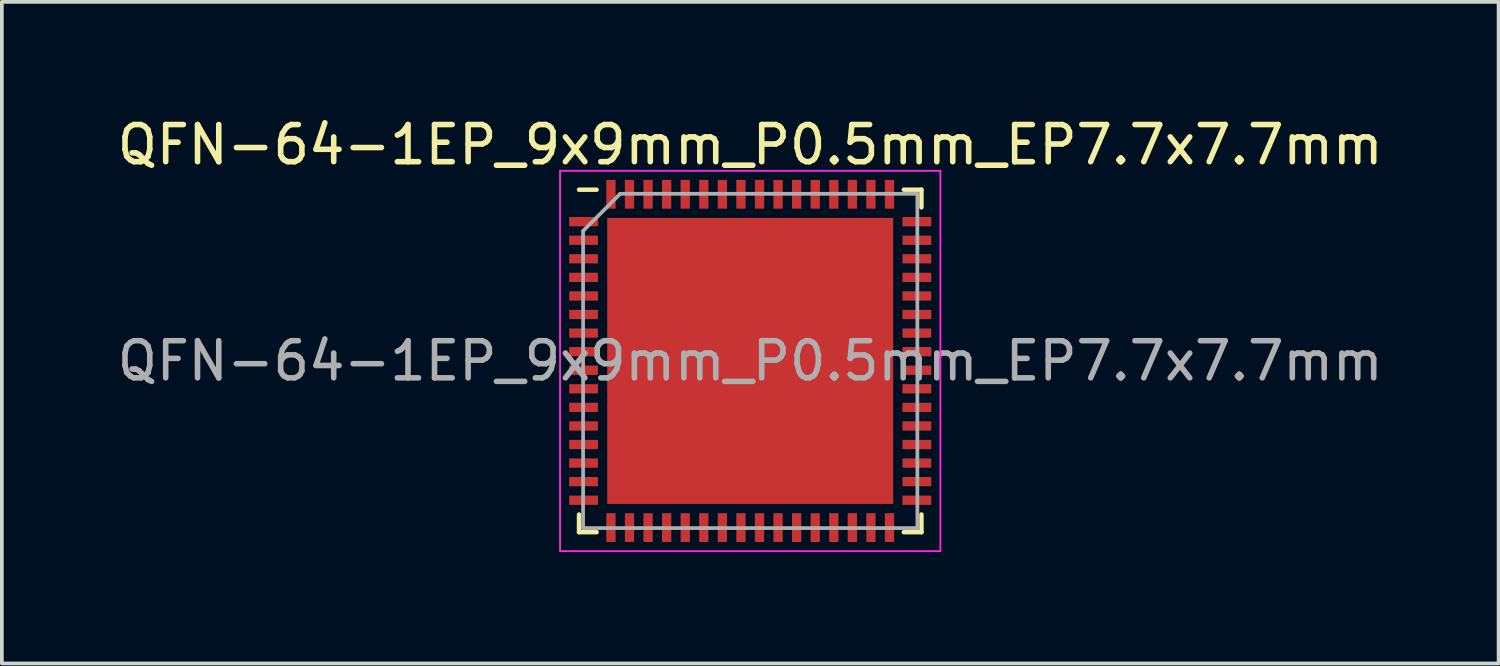
<source format=kicad_pcb>
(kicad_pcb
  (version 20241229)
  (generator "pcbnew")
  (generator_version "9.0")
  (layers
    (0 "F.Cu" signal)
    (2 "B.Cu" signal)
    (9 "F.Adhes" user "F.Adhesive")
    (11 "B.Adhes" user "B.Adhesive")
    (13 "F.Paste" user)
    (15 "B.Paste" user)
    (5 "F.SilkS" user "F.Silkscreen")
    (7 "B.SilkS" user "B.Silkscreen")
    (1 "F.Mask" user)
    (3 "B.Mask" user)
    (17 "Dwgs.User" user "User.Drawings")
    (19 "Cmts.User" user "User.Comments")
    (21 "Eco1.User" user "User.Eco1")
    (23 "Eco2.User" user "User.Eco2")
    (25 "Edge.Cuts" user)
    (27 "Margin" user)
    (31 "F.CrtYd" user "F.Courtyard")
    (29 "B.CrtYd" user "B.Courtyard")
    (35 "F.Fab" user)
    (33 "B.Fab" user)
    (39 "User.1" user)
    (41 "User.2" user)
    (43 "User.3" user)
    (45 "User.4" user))
  (footprint "QFN-64-1EP_9x9mm_P0.5mm_EP7.7x7.7mm"
    (layer "F.Cu")
    (at 17.149 6.668)
    (property "Reference" "QFN-64-1EP_9x9mm_P0.5mm_EP7.7x7.7mm" (at 0 -5.82 0) (layer "F.SilkS") (effects (font (size 1 1) (thickness 0.15))))
    (attr smd)
    (fp_line (start -4.61 4.61) (end -4.61 4.135) (stroke (width 0.12) (type solid)) (layer "F.SilkS"))
    (fp_line (start -4.135 -4.61) (end -4.61 -4.61) (stroke (width 0.12) (type solid)) (layer "F.SilkS"))
    (fp_line (start -4.135 4.61) (end -4.61 4.61) (stroke (width 0.12) (type solid)) (layer "F.SilkS"))
    (fp_line (start 4.135 -4.61) (end 4.61 -4.61) (stroke (width 0.12) (type solid)) (layer "F.SilkS"))
    (fp_line (start 4.135 4.61) (end 4.61 4.61) (stroke (width 0.12) (type solid)) (layer "F.SilkS"))
    (fp_line (start 4.61 -4.61) (end 4.61 -4.135) (stroke (width 0.12) (type solid)) (layer "F.SilkS"))
    (fp_line (start 4.61 4.61) (end 4.61 4.135) (stroke (width 0.12) (type solid)) (layer "F.SilkS"))
    (fp_line (start -5.12 -5.12) (end -5.12 5.12) (stroke (width 0.05) (type solid)) (layer "F.CrtYd"))
    (fp_line (start -5.12 5.12) (end 5.12 5.12) (stroke (width 0.05) (type solid)) (layer "F.CrtYd"))
    (fp_line (start 5.12 -5.12) (end -5.12 -5.12) (stroke (width 0.05) (type solid)) (layer "F.CrtYd"))
    (fp_line (start 5.12 5.12) (end 5.12 -5.12) (stroke (width 0.05) (type solid)) (layer "F.CrtYd"))
    (fp_line (start -4.5 -3.5) (end -3.5 -4.5) (stroke (width 0.1) (type solid)) (layer "F.Fab"))
    (fp_line (start -4.5 4.5) (end -4.5 -3.5) (stroke (width 0.1) (type solid)) (layer "F.Fab"))
    (fp_line (start -3.5 -4.5) (end 4.5 -4.5) (stroke (width 0.1) (type solid)) (layer "F.Fab"))
    (fp_line (start 4.5 -4.5) (end 4.5 4.5) (stroke (width 0.1) (type solid)) (layer "F.Fab"))
    (fp_line (start 4.5 4.5) (end -4.5 4.5) (stroke (width 0.1) (type solid)) (layer "F.Fab"))
    (fp_text user "${REFERENCE}" (at 0 0 0) (layer "F.Fab") (effects (font (size 1 1) (thickness 0.15))))
    (pad "" smd rect (at -3.125 -3.125) (size 1.03 1.03) (layers "F.Paste"))
    (pad "" smd rect (at -3.125 -1.875) (size 1.03 1.03) (layers "F.Paste"))
    (pad "" smd rect (at -3.125 -0.625) (size 1.03 1.03) (layers "F.Paste"))
    (pad "" smd rect (at -3.125 0.625) (size 1.03 1.03) (layers "F.Paste"))
    (pad "" smd rect (at -3.125 1.875) (size 1.03 1.03) (layers "F.Paste"))
    (pad "" smd rect (at -3.125 3.125) (size 1.03 1.03) (layers "F.Paste"))
    (pad "" smd rect (at -1.875 -3.125) (size 1.03 1.03) (layers "F.Paste"))
    (pad "" smd rect (at -1.875 -1.875) (size 1.03 1.03) (layers "F.Paste"))
    (pad "" smd rect (at -1.875 -0.625) (size 1.03 1.03) (layers "F.Paste"))
    (pad "" smd rect (at -1.875 0.625) (size 1.03 1.03) (layers "F.Paste"))
    (pad "" smd rect (at -1.875 1.875) (size 1.03 1.03) (layers "F.Paste"))
    (pad "" smd rect (at -1.875 3.125) (size 1.03 1.03) (layers "F.Paste"))
    (pad "" smd rect (at -0.625 -3.125) (size 1.03 1.03) (layers "F.Paste"))
    (pad "" smd rect (at -0.625 -1.875) (size 1.03 1.03) (layers "F.Paste"))
    (pad "" smd rect (at -0.625 -0.625) (size 1.03 1.03) (layers "F.Paste"))
    (pad "" smd rect (at -0.625 0.625) (size 1.03 1.03) (layers "F.Paste"))
    (pad "" smd rect (at -0.625 1.875) (size 1.03 1.03) (layers "F.Paste"))
    (pad "" smd rect (at -0.625 3.125) (size 1.03 1.03) (layers "F.Paste"))
    (pad "" smd rect (at 0.625 -3.125) (size 1.03 1.03) (layers "F.Paste"))
    (pad "" smd rect (at 0.625 -1.875) (size 1.03 1.03) (layers "F.Paste"))
    (pad "" smd rect (at 0.625 -0.625) (size 1.03 1.03) (layers "F.Paste"))
    (pad "" smd rect (at 0.625 0.625) (size 1.03 1.03) (layers "F.Paste"))
    (pad "" smd rect (at 0.625 1.875) (size 1.03 1.03) (layers "F.Paste"))
    (pad "" smd rect (at 0.625 3.125) (size 1.03 1.03) (layers "F.Paste"))
    (pad "" smd rect (at 1.875 -3.125) (size 1.03 1.03) (layers "F.Paste"))
    (pad "" smd rect (at 1.875 -1.875) (size 1.03 1.03) (layers "F.Paste"))
    (pad "" smd rect (at 1.875 -0.625) (size 1.03 1.03) (layers "F.Paste"))
    (pad "" smd rect (at 1.875 0.625) (size 1.03 1.03) (layers "F.Paste"))
    (pad "" smd rect (at 1.875 1.875) (size 1.03 1.03) (layers "F.Paste"))
    (pad "" smd rect (at 1.875 3.125) (size 1.03 1.03) (layers "F.Paste"))
    (pad "" smd rect (at 3.125 -3.125) (size 1.03 1.03) (layers "F.Paste"))
    (pad "" smd rect (at 3.125 -1.875) (size 1.03 1.03) (layers "F.Paste"))
    (pad "" smd rect (at 3.125 -0.625) (size 1.03 1.03) (layers "F.Paste"))
    (pad "" smd rect (at 3.125 0.625) (size 1.03 1.03) (layers "F.Paste"))
    (pad "" smd rect (at 3.125 1.875) (size 1.03 1.03) (layers "F.Paste"))
    (pad "" smd rect (at 3.125 3.125) (size 1.03 1.03) (layers "F.Paste"))
    (pad "1" smd rect (at -4.487 -3.75) (size 0.775 0.25) (layers "F.Cu" "F.Mask" "F.Paste"))
    (pad "2" smd rect (at -4.487 -3.25) (size 0.775 0.25) (layers "F.Cu" "F.Mask" "F.Paste"))
    (pad "3" smd rect (at -4.487 -2.75) (size 0.775 0.25) (layers "F.Cu" "F.Mask" "F.Paste"))
    (pad "4" smd rect (at -4.487 -2.25) (size 0.775 0.25) (layers "F.Cu" "F.Mask" "F.Paste"))
    (pad "5" smd rect (at -4.487 -1.75) (size 0.775 0.25) (layers "F.Cu" "F.Mask" "F.Paste"))
    (pad "6" smd rect (at -4.487 -1.25) (size 0.775 0.25) (layers "F.Cu" "F.Mask" "F.Paste"))
    (pad "7" smd rect (at -4.487 -0.75) (size 0.775 0.25) (layers "F.Cu" "F.Mask" "F.Paste"))
    (pad "8" smd rect (at -4.487 -0.25) (size 0.775 0.25) (layers "F.Cu" "F.Mask" "F.Paste"))
    (pad "9" smd rect (at -4.487 0.25) (size 0.775 0.25) (layers "F.Cu" "F.Mask" "F.Paste"))
    (pad "10" smd rect (at -4.487 0.75) (size 0.775 0.25) (layers "F.Cu" "F.Mask" "F.Paste"))
    (pad "11" smd rect (at -4.487 1.25) (size 0.775 0.25) (layers "F.Cu" "F.Mask" "F.Paste"))
    (pad "12" smd rect (at -4.487 1.75) (size 0.775 0.25) (layers "F.Cu" "F.Mask" "F.Paste"))
    (pad "13" smd rect (at -4.487 2.25) (size 0.775 0.25) (layers "F.Cu" "F.Mask" "F.Paste"))
    (pad "14" smd rect (at -4.487 2.75) (size 0.775 0.25) (layers "F.Cu" "F.Mask" "F.Paste"))
    (pad "15" smd rect (at -4.487 3.25) (size 0.775 0.25) (layers "F.Cu" "F.Mask" "F.Paste"))
    (pad "16" smd rect (at -4.487 3.75) (size 0.775 0.25) (layers "F.Cu" "F.Mask" "F.Paste"))
    (pad "17" smd rect (at -3.75 4.487) (size 0.25 0.775) (layers "F.Cu" "F.Mask" "F.Paste"))
    (pad "18" smd rect (at -3.25 4.487) (size 0.25 0.775) (layers "F.Cu" "F.Mask" "F.Paste"))
    (pad "19" smd rect (at -2.75 4.487) (size 0.25 0.775) (layers "F.Cu" "F.Mask" "F.Paste"))
    (pad "20" smd rect (at -2.25 4.487) (size 0.25 0.775) (layers "F.Cu" "F.Mask" "F.Paste"))
    (pad "21" smd rect (at -1.75 4.487) (size 0.25 0.775) (layers "F.Cu" "F.Mask" "F.Paste"))
    (pad "22" smd rect (at -1.25 4.487) (size 0.25 0.775) (layers "F.Cu" "F.Mask" "F.Paste"))
    (pad "23" smd rect (at -0.75 4.487) (size 0.25 0.775) (layers "F.Cu" "F.Mask" "F.Paste"))
    (pad "24" smd rect (at -0.25 4.487) (size 0.25 0.775) (layers "F.Cu" "F.Mask" "F.Paste"))
    (pad "25" smd rect (at 0.25 4.487) (size 0.25 0.775) (layers "F.Cu" "F.Mask" "F.Paste"))
    (pad "26" smd rect (at 0.75 4.487) (size 0.25 0.775) (layers "F.Cu" "F.Mask" "F.Paste"))
    (pad "27" smd rect (at 1.25 4.487) (size 0.25 0.775) (layers "F.Cu" "F.Mask" "F.Paste"))
    (pad "28" smd rect (at 1.75 4.487) (size 0.25 0.775) (layers "F.Cu" "F.Mask" "F.Paste"))
    (pad "29" smd rect (at 2.25 4.487) (size 0.25 0.775) (layers "F.Cu" "F.Mask" "F.Paste"))
    (pad "30" smd rect (at 2.75 4.487) (size 0.25 0.775) (layers "F.Cu" "F.Mask" "F.Paste"))
    (pad "31" smd rect (at 3.25 4.487) (size 0.25 0.775) (layers "F.Cu" "F.Mask" "F.Paste"))
    (pad "32" smd rect (at 3.75 4.487) (size 0.25 0.775) (layers "F.Cu" "F.Mask" "F.Paste"))
    (pad "33" smd rect (at 4.487 3.75) (size 0.775 0.25) (layers "F.Cu" "F.Mask" "F.Paste"))
    (pad "34" smd rect (at 4.487 3.25) (size 0.775 0.25) (layers "F.Cu" "F.Mask" "F.Paste"))
    (pad "35" smd rect (at 4.487 2.75) (size 0.775 0.25) (layers "F.Cu" "F.Mask" "F.Paste"))
    (pad "36" smd rect (at 4.487 2.25) (size 0.775 0.25) (layers "F.Cu" "F.Mask" "F.Paste"))
    (pad "37" smd rect (at 4.487 1.75) (size 0.775 0.25) (layers "F.Cu" "F.Mask" "F.Paste"))
    (pad "38" smd rect (at 4.487 1.25) (size 0.775 0.25) (layers "F.Cu" "F.Mask" "F.Paste"))
    (pad "39" smd rect (at 4.487 0.75) (size 0.775 0.25) (layers "F.Cu" "F.Mask" "F.Paste"))
    (pad "40" smd rect (at 4.487 0.25) (size 0.775 0.25) (layers "F.Cu" "F.Mask" "F.Paste"))
    (pad "41" smd rect (at 4.487 -0.25) (size 0.775 0.25) (layers "F.Cu" "F.Mask" "F.Paste"))
    (pad "42" smd rect (at 4.487 -0.75) (size 0.775 0.25) (layers "F.Cu" "F.Mask" "F.Paste"))
    (pad "43" smd rect (at 4.487 -1.25) (size 0.775 0.25) (layers "F.Cu" "F.Mask" "F.Paste"))
    (pad "44" smd rect (at 4.487 -1.75) (size 0.775 0.25) (layers "F.Cu" "F.Mask" "F.Paste"))
    (pad "45" smd rect (at 4.487 -2.25) (size 0.775 0.25) (layers "F.Cu" "F.Mask" "F.Paste"))
    (pad "46" smd rect (at 4.487 -2.75) (size 0.775 0.25) (layers "F.Cu" "F.Mask" "F.Paste"))
    (pad "47" smd rect (at 4.487 -3.25) (size 0.775 0.25) (layers "F.Cu" "F.Mask" "F.Paste"))
    (pad "48" smd rect (at 4.487 -3.75) (size 0.775 0.25) (layers "F.Cu" "F.Mask" "F.Paste"))
    (pad "49" smd rect (at 3.75 -4.487) (size 0.25 0.775) (layers "F.Cu" "F.Mask" "F.Paste"))
    (pad "50" smd rect (at 3.25 -4.487) (size 0.25 0.775) (layers "F.Cu" "F.Mask" "F.Paste"))
    (pad "51" smd rect (at 2.75 -4.487) (size 0.25 0.775) (layers "F.Cu" "F.Mask" "F.Paste"))
    (pad "52" smd rect (at 2.25 -4.487) (size 0.25 0.775) (layers "F.Cu" "F.Mask" "F.Paste"))
    (pad "53" smd rect (at 1.75 -4.487) (size 0.25 0.775) (layers "F.Cu" "F.Mask" "F.Paste"))
    (pad "54" smd rect (at 1.25 -4.487) (size 0.25 0.775) (layers "F.Cu" "F.Mask" "F.Paste"))
    (pad "55" smd rect (at 0.75 -4.487) (size 0.25 0.775) (layers "F.Cu" "F.Mask" "F.Paste"))
    (pad "56" smd rect (at 0.25 -4.487) (size 0.25 0.775) (layers "F.Cu" "F.Mask" "F.Paste"))
    (pad "57" smd rect (at -0.25 -4.487) (size 0.25 0.775) (layers "F.Cu" "F.Mask" "F.Paste"))
    (pad "58" smd rect (at -0.75 -4.487) (size 0.25 0.775) (layers "F.Cu" "F.Mask" "F.Paste"))
    (pad "59" smd rect (at -1.25 -4.487) (size 0.25 0.775) (layers "F.Cu" "F.Mask" "F.Paste"))
    (pad "60" smd rect (at -1.75 -4.487) (size 0.25 0.775) (layers "F.Cu" "F.Mask" "F.Paste"))
    (pad "61" smd rect (at -2.25 -4.487) (size 0.25 0.775) (layers "F.Cu" "F.Mask" "F.Paste"))
    (pad "62" smd rect (at -2.75 -4.487) (size 0.25 0.775) (layers "F.Cu" "F.Mask" "F.Paste"))
    (pad "63" smd rect (at -3.25 -4.487) (size 0.25 0.775) (layers "F.Cu" "F.Mask" "F.Paste"))
    (pad "64" smd rect (at -3.75 -4.487) (size 0.25 0.775) (layers "F.Cu" "F.Mask" "F.Paste"))
    (pad "65" smd rect (at 0 0) (size 7.7 7.7) (layers "F.Cu" "F.Mask")))
  (gr_rect
    (start -3 -3)
    (end 37.298 14.813)
    (stroke (width 0.1) (type default))
    (fill no)
    (layer "Edge.Cuts")))
</source>
